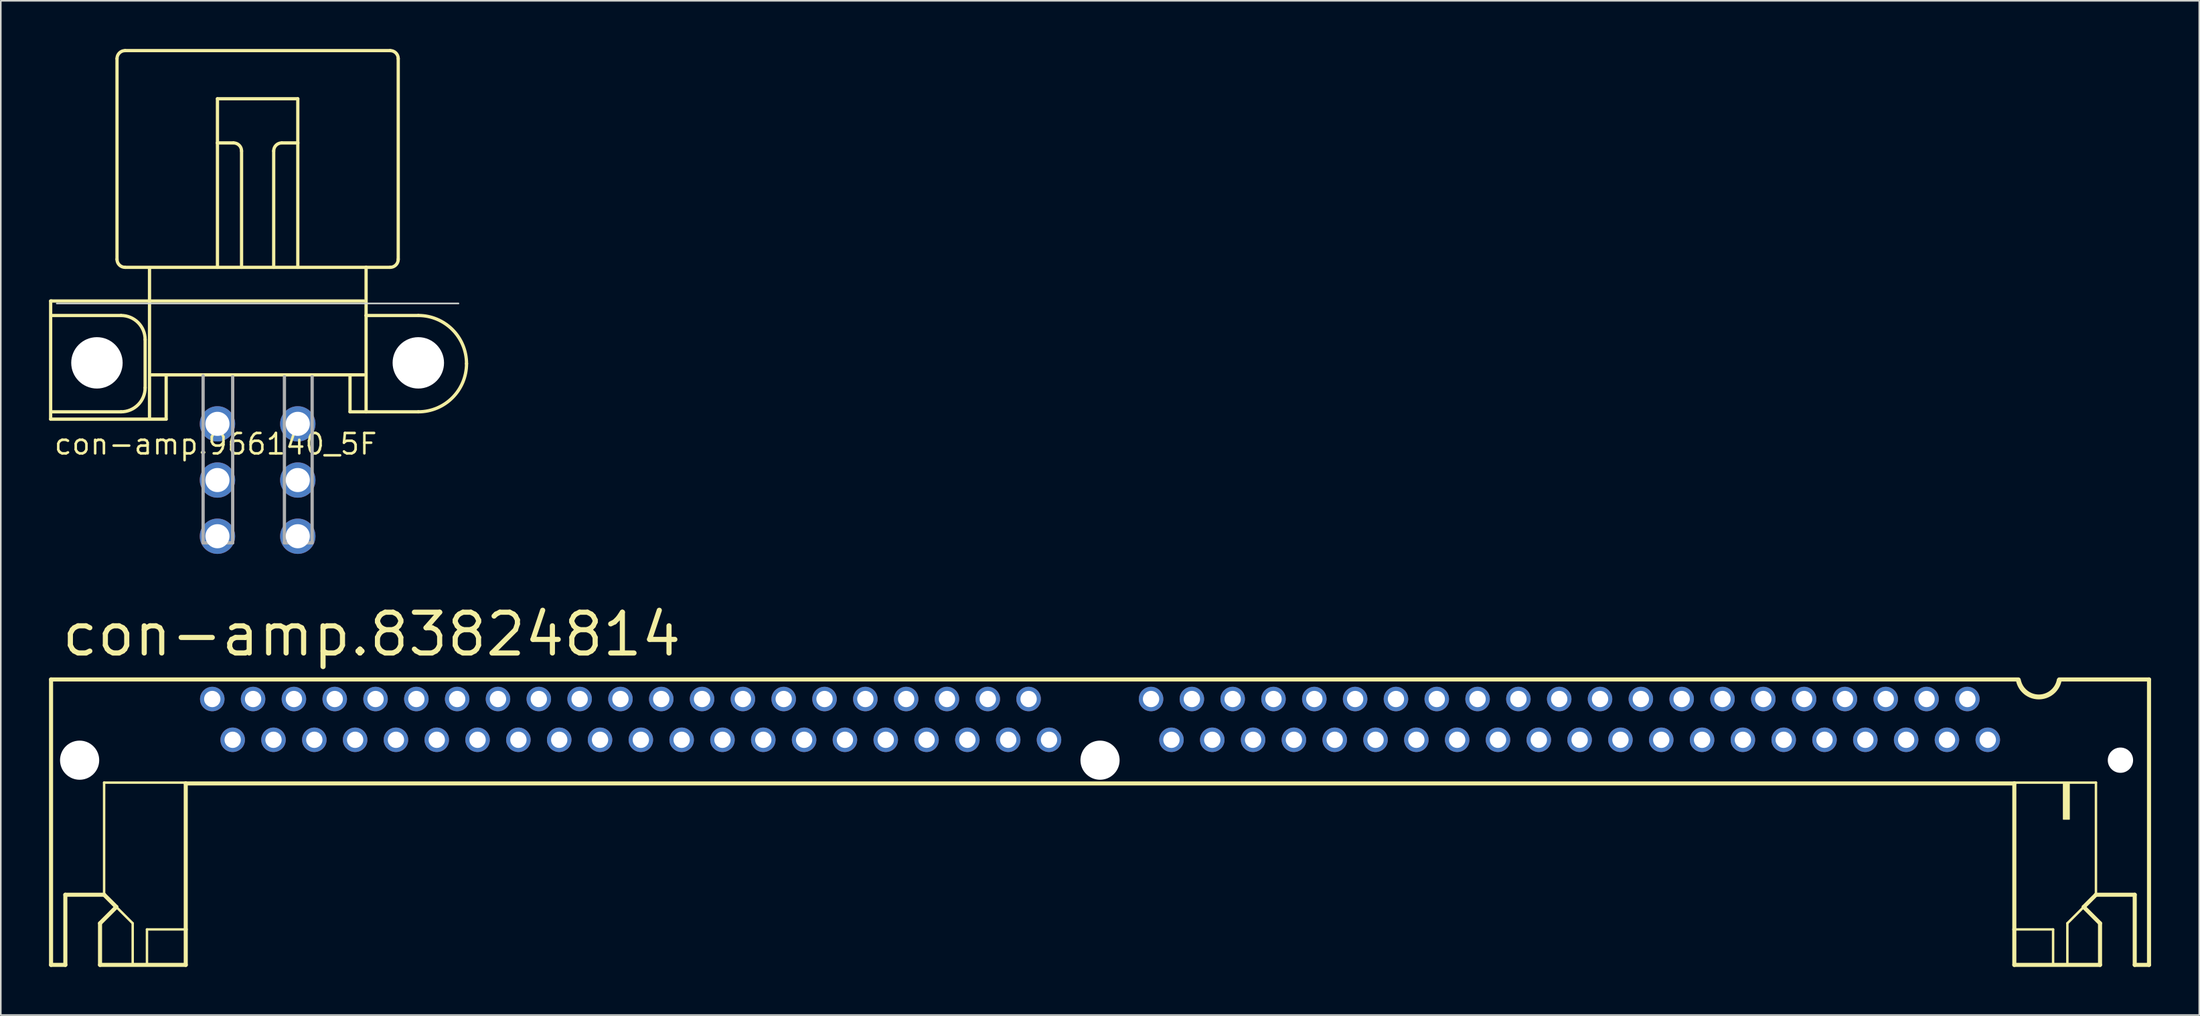
<source format=kicad_pcb>
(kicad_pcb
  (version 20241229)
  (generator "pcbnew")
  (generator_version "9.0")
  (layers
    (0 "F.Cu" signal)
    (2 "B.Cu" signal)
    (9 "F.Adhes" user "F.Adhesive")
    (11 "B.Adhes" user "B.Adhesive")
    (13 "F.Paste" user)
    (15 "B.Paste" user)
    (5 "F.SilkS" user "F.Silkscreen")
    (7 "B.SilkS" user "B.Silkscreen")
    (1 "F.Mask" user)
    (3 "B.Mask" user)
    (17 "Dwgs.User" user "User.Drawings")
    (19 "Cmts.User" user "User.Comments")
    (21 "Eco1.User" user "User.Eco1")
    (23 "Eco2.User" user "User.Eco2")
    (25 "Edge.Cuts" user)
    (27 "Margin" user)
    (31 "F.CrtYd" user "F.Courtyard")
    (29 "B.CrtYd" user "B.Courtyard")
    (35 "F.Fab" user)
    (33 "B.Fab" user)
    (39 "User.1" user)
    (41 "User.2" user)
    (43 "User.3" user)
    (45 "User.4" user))
  (footprint "con-amp.83824814"
    (layer "F.Cu")
    (at 65.405 41.762)
    (property "Reference" "con-amp.83824814" (at -64.77 -3.81 0) (layer "F.SilkS") (effects (font (size 2.54 2.54) (thickness 0.32)) (justify left bottom)))
    (attr through_hole)
    (fp_line (start -65.278 -2.489) (end 57.15 -2.489) (stroke (width 0.254) (type default)) (layer "F.SilkS"))
    (fp_line (start -65.278 15.291) (end -65.278 -2.489) (stroke (width 0.254) (type default)) (layer "F.SilkS"))
    (fp_line (start -64.389 10.922) (end -64.389 15.291) (stroke (width 0.254) (type default)) (layer "F.SilkS"))
    (fp_line (start -64.389 15.291) (end -65.278 15.291) (stroke (width 0.254) (type default)) (layer "F.SilkS"))
    (fp_line (start -62.23 12.7) (end -61.214 11.684) (stroke (width 0.254) (type default)) (layer "F.SilkS"))
    (fp_line (start -62.23 15.291) (end -62.23 12.7) (stroke (width 0.254) (type default)) (layer "F.SilkS"))
    (fp_line (start -61.976 3.937) (end -61.976 10.922) (stroke (width 0.152) (type default)) (layer "F.SilkS"))
    (fp_line (start -61.976 10.922) (end -64.389 10.922) (stroke (width 0.254) (type default)) (layer "F.SilkS"))
    (fp_line (start -61.214 11.684) (end -61.976 10.922) (stroke (width 0.254) (type default)) (layer "F.SilkS"))
    (fp_line (start -61.214 11.684) (end -60.198 12.7) (stroke (width 0.152) (type default)) (layer "F.SilkS"))
    (fp_line (start -60.198 12.7) (end -60.198 15.24) (stroke (width 0.152) (type default)) (layer "F.SilkS"))
    (fp_line (start -59.309 13.081) (end -59.309 15.24) (stroke (width 0.152) (type default)) (layer "F.SilkS"))
    (fp_line (start -59.309 13.081) (end -56.896 13.081) (stroke (width 0.152) (type default)) (layer "F.SilkS"))
    (fp_line (start -56.896 3.937) (end -61.976 3.937) (stroke (width 0.152) (type default)) (layer "F.SilkS"))
    (fp_line (start -56.896 3.988) (end -56.896 13.081) (stroke (width 0.254) (type default)) (layer "F.SilkS"))
    (fp_line (start -56.896 13.081) (end -56.896 15.291) (stroke (width 0.254) (type default)) (layer "F.SilkS"))
    (fp_line (start -56.896 15.291) (end -62.23 15.291) (stroke (width 0.254) (type default)) (layer "F.SilkS"))
    (fp_line (start 56.896 3.937) (end 61.976 3.937) (stroke (width 0.152) (type default)) (layer "F.SilkS"))
    (fp_line (start 56.896 3.988) (end -56.896 3.988) (stroke (width 0.254) (type default)) (layer "F.SilkS"))
    (fp_line (start 56.896 3.988) (end 56.896 13.081) (stroke (width 0.254) (type default)) (layer "F.SilkS"))
    (fp_line (start 56.896 13.081) (end 56.896 15.291) (stroke (width 0.254) (type default)) (layer "F.SilkS"))
    (fp_line (start 56.896 15.291) (end 62.23 15.291) (stroke (width 0.254) (type default)) (layer "F.SilkS"))
    (fp_line (start 59.309 13.081) (end 56.896 13.081) (stroke (width 0.152) (type default)) (layer "F.SilkS"))
    (fp_line (start 59.309 13.081) (end 59.309 15.24) (stroke (width 0.152) (type default)) (layer "F.SilkS"))
    (fp_line (start 59.69 -2.489) (end 65.278 -2.489) (stroke (width 0.254) (type default)) (layer "F.SilkS"))
    (fp_line (start 60.198 12.7) (end 60.198 15.24) (stroke (width 0.152) (type default)) (layer "F.SilkS"))
    (fp_line (start 61.214 11.684) (end 60.198 12.7) (stroke (width 0.152) (type default)) (layer "F.SilkS"))
    (fp_line (start 61.214 11.684) (end 61.976 10.922) (stroke (width 0.254) (type default)) (layer "F.SilkS"))
    (fp_line (start 61.976 3.937) (end 61.976 10.922) (stroke (width 0.152) (type default)) (layer "F.SilkS"))
    (fp_line (start 61.976 10.922) (end 64.389 10.922) (stroke (width 0.254) (type default)) (layer "F.SilkS"))
    (fp_line (start 62.23 12.7) (end 61.214 11.684) (stroke (width 0.254) (type default)) (layer "F.SilkS"))
    (fp_line (start 62.23 15.291) (end 62.23 12.7) (stroke (width 0.254) (type default)) (layer "F.SilkS"))
    (fp_line (start 64.389 10.922) (end 64.389 15.291) (stroke (width 0.254) (type default)) (layer "F.SilkS"))
    (fp_line (start 64.389 15.291) (end 65.278 15.291) (stroke (width 0.254) (type default)) (layer "F.SilkS"))
    (fp_line (start 65.278 15.291) (end 65.278 -2.489) (stroke (width 0.254) (type default)) (layer "F.SilkS"))
    (fp_rect (start 59.944 6.223) (end 60.325 3.937) (stroke (width 0.05) (type default)) (fill yes) (layer "F.SilkS"))
    (fp_arc (start 59.69 -2.44) (mid 58.42 -1.398849) (end 57.15 -2.44) (stroke (width 0.3048) (type default)) (layer "F.SilkS"))
    (pad "" np_thru_hole circle (at -63.5 2.54) (size 2.438 2.438) (drill 2.438) (layers "*.Cu" "*.Mask"))
    (pad "" np_thru_hole circle (at 0 2.54) (size 2.438 2.438) (drill 2.438) (layers "*.Cu" "*.Mask"))
    (pad "" np_thru_hole circle (at 63.5 2.54) (size 1.575 1.575) (drill 1.575) (layers "*.Cu" "*.Mask"))
    (pad "1" thru_hole circle (at 55.245 1.27) (size 1.524 1.524) (drill 1.016) (layers "*.Cu" "*.Mask"))
    (pad "2" thru_hole circle (at 53.975 -1.27) (size 1.524 1.524) (drill 1.016) (layers "*.Cu" "*.Mask"))
    (pad "3" thru_hole circle (at 52.705 1.27) (size 1.524 1.524) (drill 1.016) (layers "*.Cu" "*.Mask"))
    (pad "4" thru_hole circle (at 51.435 -1.27) (size 1.524 1.524) (drill 1.016) (layers "*.Cu" "*.Mask"))
    (pad "5" thru_hole circle (at 50.165 1.27) (size 1.524 1.524) (drill 1.016) (layers "*.Cu" "*.Mask"))
    (pad "6" thru_hole circle (at 48.895 -1.27) (size 1.524 1.524) (drill 1.016) (layers "*.Cu" "*.Mask"))
    (pad "7" thru_hole circle (at 47.625 1.27) (size 1.524 1.524) (drill 1.016) (layers "*.Cu" "*.Mask"))
    (pad "8" thru_hole circle (at 46.355 -1.27) (size 1.524 1.524) (drill 1.016) (layers "*.Cu" "*.Mask"))
    (pad "9" thru_hole circle (at 45.085 1.27) (size 1.524 1.524) (drill 1.016) (layers "*.Cu" "*.Mask"))
    (pad "10" thru_hole circle (at 43.815 -1.27) (size 1.524 1.524) (drill 1.016) (layers "*.Cu" "*.Mask"))
    (pad "11" thru_hole circle (at 42.545 1.27) (size 1.524 1.524) (drill 1.016) (layers "*.Cu" "*.Mask"))
    (pad "12" thru_hole circle (at 41.275 -1.27) (size 1.524 1.524) (drill 1.016) (layers "*.Cu" "*.Mask"))
    (pad "13" thru_hole circle (at 40.005 1.27) (size 1.524 1.524) (drill 1.016) (layers "*.Cu" "*.Mask"))
    (pad "14" thru_hole circle (at 38.735 -1.27) (size 1.524 1.524) (drill 1.016) (layers "*.Cu" "*.Mask"))
    (pad "15" thru_hole circle (at 37.465 1.27) (size 1.524 1.524) (drill 1.016) (layers "*.Cu" "*.Mask"))
    (pad "16" thru_hole circle (at 36.195 -1.27) (size 1.524 1.524) (drill 1.016) (layers "*.Cu" "*.Mask"))
    (pad "17" thru_hole circle (at 34.925 1.27) (size 1.524 1.524) (drill 1.016) (layers "*.Cu" "*.Mask"))
    (pad "18" thru_hole circle (at 33.655 -1.27) (size 1.524 1.524) (drill 1.016) (layers "*.Cu" "*.Mask"))
    (pad "19" thru_hole circle (at 32.385 1.27) (size 1.524 1.524) (drill 1.016) (layers "*.Cu" "*.Mask"))
    (pad "20" thru_hole circle (at 31.115 -1.27) (size 1.524 1.524) (drill 1.016) (layers "*.Cu" "*.Mask"))
    (pad "21" thru_hole circle (at 29.845 1.27) (size 1.524 1.524) (drill 1.016) (layers "*.Cu" "*.Mask"))
    (pad "22" thru_hole circle (at 28.575 -1.27) (size 1.524 1.524) (drill 1.016) (layers "*.Cu" "*.Mask"))
    (pad "23" thru_hole circle (at 27.305 1.27) (size 1.524 1.524) (drill 1.016) (layers "*.Cu" "*.Mask"))
    (pad "24" thru_hole circle (at 26.035 -1.27) (size 1.524 1.524) (drill 1.016) (layers "*.Cu" "*.Mask"))
    (pad "25" thru_hole circle (at 24.765 1.27) (size 1.524 1.524) (drill 1.016) (layers "*.Cu" "*.Mask"))
    (pad "26" thru_hole circle (at 23.495 -1.27) (size 1.524 1.524) (drill 1.016) (layers "*.Cu" "*.Mask"))
    (pad "27" thru_hole circle (at 22.225 1.27) (size 1.524 1.524) (drill 1.016) (layers "*.Cu" "*.Mask"))
    (pad "28" thru_hole circle (at 20.955 -1.27) (size 1.524 1.524) (drill 1.016) (layers "*.Cu" "*.Mask"))
    (pad "29" thru_hole circle (at 19.685 1.27) (size 1.524 1.524) (drill 1.016) (layers "*.Cu" "*.Mask"))
    (pad "30" thru_hole circle (at 18.415 -1.27) (size 1.524 1.524) (drill 1.016) (layers "*.Cu" "*.Mask"))
    (pad "31" thru_hole circle (at 17.145 1.27) (size 1.524 1.524) (drill 1.016) (layers "*.Cu" "*.Mask"))
    (pad "32" thru_hole circle (at 15.875 -1.27) (size 1.524 1.524) (drill 1.016) (layers "*.Cu" "*.Mask"))
    (pad "33" thru_hole circle (at 14.605 1.27) (size 1.524 1.524) (drill 1.016) (layers "*.Cu" "*.Mask"))
    (pad "34" thru_hole circle (at 13.335 -1.27) (size 1.524 1.524) (drill 1.016) (layers "*.Cu" "*.Mask"))
    (pad "35" thru_hole circle (at 12.065 1.27) (size 1.524 1.524) (drill 1.016) (layers "*.Cu" "*.Mask"))
    (pad "36" thru_hole circle (at 10.795 -1.27) (size 1.524 1.524) (drill 1.016) (layers "*.Cu" "*.Mask"))
    (pad "37" thru_hole circle (at 9.525 1.27) (size 1.524 1.524) (drill 1.016) (layers "*.Cu" "*.Mask"))
    (pad "38" thru_hole circle (at 8.255 -1.27) (size 1.524 1.524) (drill 1.016) (layers "*.Cu" "*.Mask"))
    (pad "39" thru_hole circle (at 6.985 1.27) (size 1.524 1.524) (drill 1.016) (layers "*.Cu" "*.Mask"))
    (pad "40" thru_hole circle (at 5.715 -1.27) (size 1.524 1.524) (drill 1.016) (layers "*.Cu" "*.Mask"))
    (pad "41" thru_hole circle (at 4.445 1.27) (size 1.524 1.524) (drill 1.016) (layers "*.Cu" "*.Mask"))
    (pad "42" thru_hole circle (at 3.175 -1.27) (size 1.524 1.524) (drill 1.016) (layers "*.Cu" "*.Mask"))
    (pad "43" thru_hole circle (at -3.175 1.27) (size 1.524 1.524) (drill 1.016) (layers "*.Cu" "*.Mask"))
    (pad "44" thru_hole circle (at -4.445 -1.27) (size 1.524 1.524) (drill 1.016) (layers "*.Cu" "*.Mask"))
    (pad "45" thru_hole circle (at -5.715 1.27) (size 1.524 1.524) (drill 1.016) (layers "*.Cu" "*.Mask"))
    (pad "46" thru_hole circle (at -6.985 -1.27) (size 1.524 1.524) (drill 1.016) (layers "*.Cu" "*.Mask"))
    (pad "47" thru_hole circle (at -8.255 1.27) (size 1.524 1.524) (drill 1.016) (layers "*.Cu" "*.Mask"))
    (pad "48" thru_hole circle (at -9.525 -1.27) (size 1.524 1.524) (drill 1.016) (layers "*.Cu" "*.Mask"))
    (pad "49" thru_hole circle (at -10.795 1.27) (size 1.524 1.524) (drill 1.016) (layers "*.Cu" "*.Mask"))
    (pad "50" thru_hole circle (at -12.065 -1.27) (size 1.524 1.524) (drill 1.016) (layers "*.Cu" "*.Mask"))
    (pad "51" thru_hole circle (at -13.335 1.27) (size 1.524 1.524) (drill 1.016) (layers "*.Cu" "*.Mask"))
    (pad "52" thru_hole circle (at -14.605 -1.27) (size 1.524 1.524) (drill 1.016) (layers "*.Cu" "*.Mask"))
    (pad "53" thru_hole circle (at -15.875 1.27) (size 1.524 1.524) (drill 1.016) (layers "*.Cu" "*.Mask"))
    (pad "54" thru_hole circle (at -17.145 -1.27) (size 1.524 1.524) (drill 1.016) (layers "*.Cu" "*.Mask"))
    (pad "55" thru_hole circle (at -18.415 1.27) (size 1.524 1.524) (drill 1.016) (layers "*.Cu" "*.Mask"))
    (pad "56" thru_hole circle (at -19.685 -1.27) (size 1.524 1.524) (drill 1.016) (layers "*.Cu" "*.Mask"))
    (pad "57" thru_hole circle (at -20.955 1.27) (size 1.524 1.524) (drill 1.016) (layers "*.Cu" "*.Mask"))
    (pad "58" thru_hole circle (at -22.225 -1.27) (size 1.524 1.524) (drill 1.016) (layers "*.Cu" "*.Mask"))
    (pad "59" thru_hole circle (at -23.495 1.27) (size 1.524 1.524) (drill 1.016) (layers "*.Cu" "*.Mask"))
    (pad "60" thru_hole circle (at -24.765 -1.27) (size 1.524 1.524) (drill 1.016) (layers "*.Cu" "*.Mask"))
    (pad "61" thru_hole circle (at -26.035 1.27) (size 1.524 1.524) (drill 1.016) (layers "*.Cu" "*.Mask"))
    (pad "62" thru_hole circle (at -27.305 -1.27) (size 1.524 1.524) (drill 1.016) (layers "*.Cu" "*.Mask"))
    (pad "63" thru_hole circle (at -28.575 1.27) (size 1.524 1.524) (drill 1.016) (layers "*.Cu" "*.Mask"))
    (pad "64" thru_hole circle (at -29.845 -1.27) (size 1.524 1.524) (drill 1.016) (layers "*.Cu" "*.Mask"))
    (pad "65" thru_hole circle (at -31.115 1.27) (size 1.524 1.524) (drill 1.016) (layers "*.Cu" "*.Mask"))
    (pad "66" thru_hole circle (at -32.385 -1.27) (size 1.524 1.524) (drill 1.016) (layers "*.Cu" "*.Mask"))
    (pad "67" thru_hole circle (at -33.655 1.27) (size 1.524 1.524) (drill 1.016) (layers "*.Cu" "*.Mask"))
    (pad "68" thru_hole circle (at -34.925 -1.27) (size 1.524 1.524) (drill 1.016) (layers "*.Cu" "*.Mask"))
    (pad "69" thru_hole circle (at -36.195 1.27) (size 1.524 1.524) (drill 1.016) (layers "*.Cu" "*.Mask"))
    (pad "70" thru_hole circle (at -37.465 -1.27) (size 1.524 1.524) (drill 1.016) (layers "*.Cu" "*.Mask"))
    (pad "71" thru_hole circle (at -38.735 1.27) (size 1.524 1.524) (drill 1.016) (layers "*.Cu" "*.Mask"))
    (pad "72" thru_hole circle (at -40.005 -1.27) (size 1.524 1.524) (drill 1.016) (layers "*.Cu" "*.Mask"))
    (pad "73" thru_hole circle (at -41.275 1.27) (size 1.524 1.524) (drill 1.016) (layers "*.Cu" "*.Mask"))
    (pad "74" thru_hole circle (at -42.545 -1.27) (size 1.524 1.524) (drill 1.016) (layers "*.Cu" "*.Mask"))
    (pad "75" thru_hole circle (at -43.815 1.27) (size 1.524 1.524) (drill 1.016) (layers "*.Cu" "*.Mask"))
    (pad "76" thru_hole circle (at -45.085 -1.27) (size 1.524 1.524) (drill 1.016) (layers "*.Cu" "*.Mask"))
    (pad "77" thru_hole circle (at -46.355 1.27) (size 1.524 1.524) (drill 1.016) (layers "*.Cu" "*.Mask"))
    (pad "78" thru_hole circle (at -47.625 -1.27) (size 1.524 1.524) (drill 1.016) (layers "*.Cu" "*.Mask"))
    (pad "79" thru_hole circle (at -48.895 1.27) (size 1.524 1.524) (drill 1.016) (layers "*.Cu" "*.Mask"))
    (pad "80" thru_hole circle (at -50.165 -1.27) (size 1.524 1.524) (drill 1.016) (layers "*.Cu" "*.Mask"))
    (pad "81" thru_hole circle (at -51.435 1.27) (size 1.524 1.524) (drill 1.016) (layers "*.Cu" "*.Mask"))
    (pad "82" thru_hole circle (at -52.705 -1.27) (size 1.524 1.524) (drill 1.016) (layers "*.Cu" "*.Mask"))
    (pad "83" thru_hole circle (at -53.975 1.27) (size 1.524 1.524) (drill 1.016) (layers "*.Cu" "*.Mask"))
    (pad "84" thru_hole circle (at -55.245 -1.27) (size 1.524 1.524) (drill 1.016) (layers "*.Cu" "*.Mask")))
  (footprint "con-amp.966140_5F"
    (layer "F.Cu")
    (at 12.982 15.852)
    (property "Reference" "con-amp.966140_5F" (at -12.755 9.501 0) (layer "F.SilkS") (effects (font (size 1.27 1.27) (thickness 0.16)) (justify left bottom)))
    (attr through_hole)
    (fp_line (start -12.88 -0.152) (end -12.822 -0.152) (stroke (width 0.203) (type default)) (layer "F.SilkS"))
    (fp_line (start -12.88 7.207) (end -12.88 -0.152) (stroke (width 0.203) (type default)) (layer "F.SilkS"))
    (fp_line (start -12.822 -0.152) (end 6.612 -0.152) (stroke (width 0.203) (type default)) (layer "F.SilkS"))
    (fp_line (start -12.75 0.75) (end -8.5 0.75) (stroke (width 0.203) (type default)) (layer "F.SilkS"))
    (fp_line (start -8.75 -2.75) (end -8.75 -15.25) (stroke (width 0.203) (type default)) (layer "F.SilkS"))
    (fp_line (start -8.5 6.75) (end -12.75 6.75) (stroke (width 0.203) (type default)) (layer "F.SilkS"))
    (fp_line (start -8.25 -15.75) (end 8.25 -15.75) (stroke (width 0.203) (type default)) (layer "F.SilkS"))
    (fp_line (start -7 2.25) (end -7 5.25) (stroke (width 0.203) (type default)) (layer "F.SilkS"))
    (fp_line (start -6.728 -2.223) (end -6.728 7.15) (stroke (width 0.203) (type default)) (layer "F.SilkS"))
    (fp_line (start -6.612 4.447) (end 6.612 4.447) (stroke (width 0.203) (type default)) (layer "F.SilkS"))
    (fp_line (start -5.692 4.562) (end -5.692 7.207) (stroke (width 0.203) (type default)) (layer "F.SilkS"))
    (fp_line (start -5.692 7.207) (end -12.88 7.207) (stroke (width 0.203) (type default)) (layer "F.SilkS"))
    (fp_line (start -2.5 -12.75) (end 2.5 -12.75) (stroke (width 0.203) (type default)) (layer "F.SilkS"))
    (fp_line (start -2.5 -10) (end -2.5 -12.75) (stroke (width 0.203) (type default)) (layer "F.SilkS"))
    (fp_line (start -2.5 -2.25) (end -8.25 -2.25) (stroke (width 0.203) (type default)) (layer "F.SilkS"))
    (fp_line (start -2.5 -2.25) (end -2.5 -10) (stroke (width 0.203) (type default)) (layer "F.SilkS"))
    (fp_line (start -1.5 -10) (end -2.5 -10) (stroke (width 0.203) (type default)) (layer "F.SilkS"))
    (fp_line (start -1 -2.25) (end -2.5 -2.25) (stroke (width 0.203) (type default)) (layer "F.SilkS"))
    (fp_line (start -1 -2.25) (end -1 -9.5) (stroke (width 0.203) (type default)) (layer "F.SilkS"))
    (fp_line (start 1 -2.25) (end -1 -2.25) (stroke (width 0.203) (type default)) (layer "F.SilkS"))
    (fp_line (start 1 -2.25) (end 1 -9.5) (stroke (width 0.203) (type default)) (layer "F.SilkS"))
    (fp_line (start 1.5 -10) (end 2.5 -10) (stroke (width 0.203) (type default)) (layer "F.SilkS"))
    (fp_line (start 2.5 -12.75) (end 2.5 -10) (stroke (width 0.203) (type default)) (layer "F.SilkS"))
    (fp_line (start 2.5 -10) (end 2.5 -2.25) (stroke (width 0.203) (type default)) (layer "F.SilkS"))
    (fp_line (start 2.5 -2.25) (end 1 -2.25) (stroke (width 0.203) (type default)) (layer "F.SilkS"))
    (fp_line (start 5.75 4.5) (end 5.75 6.75) (stroke (width 0.203) (type default)) (layer "F.SilkS"))
    (fp_line (start 5.75 6.75) (end 6.75 6.75) (stroke (width 0.203) (type default)) (layer "F.SilkS"))
    (fp_line (start 6.75 -2.25) (end 2.5 -2.25) (stroke (width 0.203) (type default)) (layer "F.SilkS"))
    (fp_line (start 6.75 -2.25) (end 6.75 0.75) (stroke (width 0.203) (type default)) (layer "F.SilkS"))
    (fp_line (start 6.75 0.75) (end 6.75 6.75) (stroke (width 0.203) (type default)) (layer "F.SilkS"))
    (fp_line (start 6.75 6.75) (end 10 6.75) (stroke (width 0.203) (type default)) (layer "F.SilkS"))
    (fp_line (start 8.25 -2.25) (end 6.75 -2.25) (stroke (width 0.203) (type default)) (layer "F.SilkS"))
    (fp_line (start 8.75 -15.25) (end 8.75 -2.75) (stroke (width 0.203) (type default)) (layer "F.SilkS"))
    (fp_line (start 10 0.75) (end 6.75 0.75) (stroke (width 0.203) (type default)) (layer "F.SilkS"))
    (fp_arc (start -8.75 -15.25) (mid -8.603553 -15.603553) (end -8.25 -15.75) (stroke (width 0.2032) (type default)) (layer "F.SilkS"))
    (fp_arc (start -8.5 0.75) (mid -7.43934 1.18934) (end -7 2.25) (stroke (width 0.2032) (type default)) (layer "F.SilkS"))
    (fp_arc (start -8.25 -2.25) (mid -8.603583 -2.396417) (end -8.75 -2.75) (stroke (width 0.2032) (type default)) (layer "F.SilkS"))
    (fp_arc (start -7 5.25) (mid -7.43934 6.31066) (end -8.5 6.75) (stroke (width 0.2032) (type default)) (layer "F.SilkS"))
    (fp_arc (start -1.5 -10) (mid -1.146476 -9.853524) (end -1 -9.5) (stroke (width 0.2032) (type default)) (layer "F.SilkS"))
    (fp_arc (start 1 -9.5) (mid 1.146476 -9.853524) (end 1.5 -10) (stroke (width 0.2032) (type default)) (layer "F.SilkS"))
    (fp_arc (start 8.25 -15.75) (mid 8.603583 -15.603583) (end 8.75 -15.25) (stroke (width 0.2032) (type default)) (layer "F.SilkS"))
    (fp_arc (start 8.75 -2.75) (mid 8.603553 -2.396447) (end 8.25 -2.25) (stroke (width 0.2032) (type default)) (layer "F.SilkS"))
    (fp_arc (start 10 0.75) (mid 12.12135 1.62865) (end 13 3.75) (stroke (width 0.2032) (type default)) (layer "F.SilkS"))
    (fp_arc (start 13 3.75) (mid 12.12135 5.87135) (end 10 6.75) (stroke (width 0.2032) (type default)) (layer "F.SilkS"))
    (fp_line (start -12.5 0) (end 12.5 0) (stroke (width 0.1) (type default)) (layer "Edge.Cuts"))
    (fp_line (start -3.393 14.912) (end -3.393 4.505) (stroke (width 0.203) (type default)) (layer "F.Fab"))
    (fp_line (start -1.552 4.562) (end -1.552 14.912) (stroke (width 0.203) (type default)) (layer "F.Fab"))
    (fp_line (start -1.552 14.912) (end -3.393 14.912) (stroke (width 0.203) (type default)) (layer "F.Fab"))
    (fp_line (start 1.667 14.912) (end 1.667 4.562) (stroke (width 0.203) (type default)) (layer "F.Fab"))
    (fp_line (start 3.393 4.562) (end 3.393 14.912) (stroke (width 0.203) (type default)) (layer "F.Fab"))
    (fp_line (start 3.393 14.912) (end 1.667 14.912) (stroke (width 0.203) (type default)) (layer "F.Fab"))
    (pad "" np_thru_hole circle (at -10 3.7) (size 3.2 3.2) (drill 3.2) (layers "*.Cu" "*.Mask"))
    (pad "" np_thru_hole circle (at 10 3.7) (size 3.2 3.2) (drill 3.2) (layers "*.Cu" "*.Mask"))
    (pad "1" thru_hole circle (at -2.5 7.5) (size 2.2 2.2) (drill 1.5) (layers "*.Cu" "*.Mask"))
    (pad "2" thru_hole circle (at -2.5 11) (size 2.2 2.2) (drill 1.5) (layers "*.Cu" "*.Mask"))
    (pad "3" thru_hole circle (at -2.5 14.5) (size 2.2 2.2) (drill 1.5) (layers "*.Cu" "*.Mask"))
    (pad "4" thru_hole circle (at 2.5 7.5) (size 2.2 2.2) (drill 1.5) (layers "*.Cu" "*.Mask"))
    (pad "5" thru_hole circle (at 2.5 11) (size 2.2 2.2) (drill 1.5) (layers "*.Cu" "*.Mask"))
    (pad "6" thru_hole circle (at 2.5 14.5) (size 2.2 2.2) (drill 1.5) (layers "*.Cu" "*.Mask")))
  (gr_rect
    (start -3 -3)
    (end 133.81 60.179)
    (stroke (width 0.1) (type default))
    (fill no)
    (layer "Edge.Cuts")))
</source>
